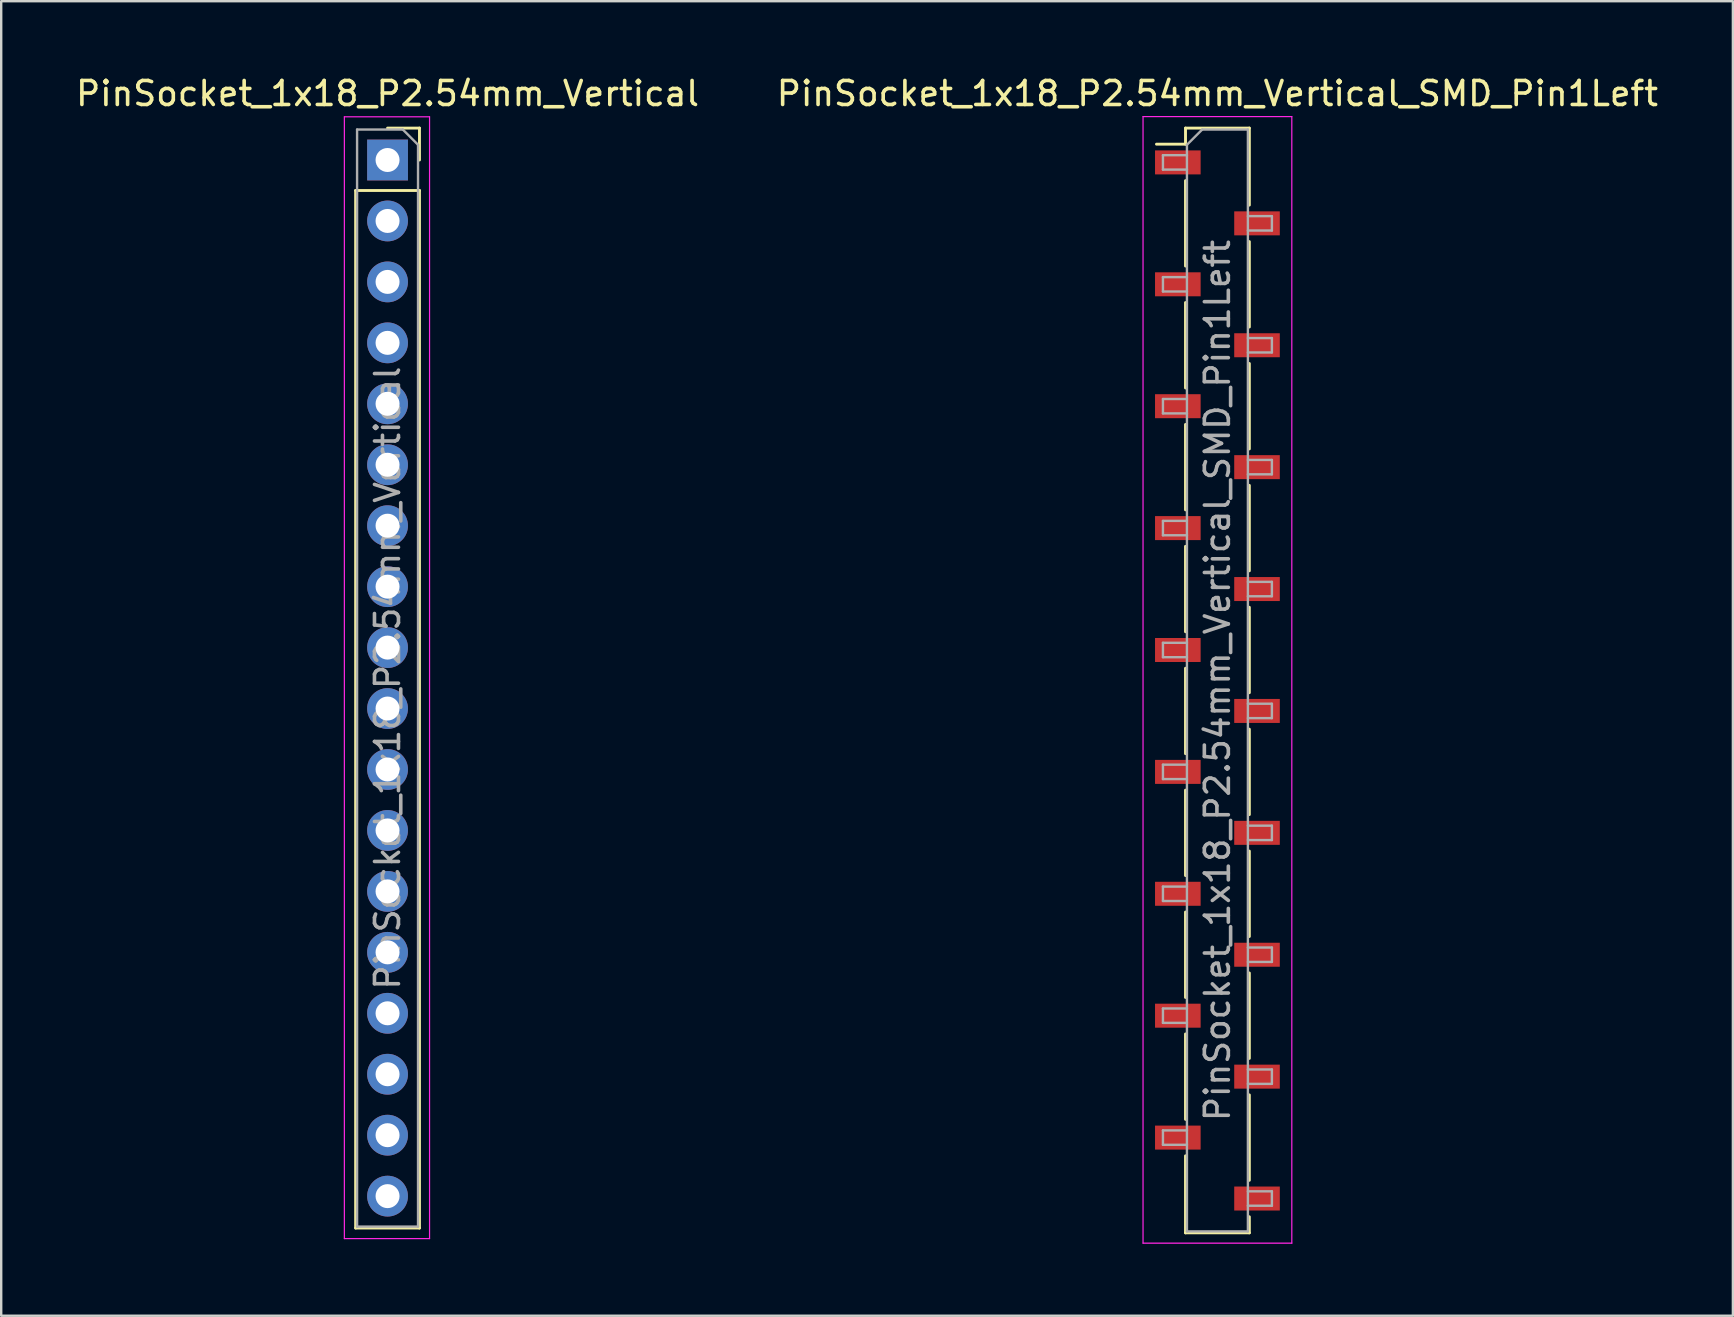
<source format=kicad_pcb>
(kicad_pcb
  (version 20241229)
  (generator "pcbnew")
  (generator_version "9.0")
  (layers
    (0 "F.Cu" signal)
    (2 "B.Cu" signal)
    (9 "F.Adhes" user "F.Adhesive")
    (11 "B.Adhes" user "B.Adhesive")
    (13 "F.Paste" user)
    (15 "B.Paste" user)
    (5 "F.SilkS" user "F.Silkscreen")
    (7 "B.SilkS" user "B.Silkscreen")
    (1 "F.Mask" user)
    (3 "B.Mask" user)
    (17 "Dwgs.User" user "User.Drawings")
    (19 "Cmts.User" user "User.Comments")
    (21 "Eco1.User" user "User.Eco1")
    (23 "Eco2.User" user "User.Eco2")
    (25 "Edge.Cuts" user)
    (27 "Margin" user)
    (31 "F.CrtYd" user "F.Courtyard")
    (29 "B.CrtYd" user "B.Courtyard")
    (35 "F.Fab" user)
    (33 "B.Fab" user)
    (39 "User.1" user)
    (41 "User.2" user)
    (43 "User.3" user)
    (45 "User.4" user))
  (footprint "PinSocket_1x18_P2.54mm_Vertical"
    (layer "F.Cu")
    (at 13.101 3.618)
    (property "Reference" "PinSocket_1x18_P2.54mm_Vertical" (at 0 -2.77 0) (layer "F.SilkS") (effects (font (size 1 1) (thickness 0.15))))
    (attr through_hole)
    (fp_line (start -1.33 1.27) (end -1.33 44.51) (stroke (width 0.12) (type solid)) (layer "F.SilkS"))
    (fp_line (start -1.33 1.27) (end 1.33 1.27) (stroke (width 0.12) (type solid)) (layer "F.SilkS"))
    (fp_line (start -1.33 44.51) (end 1.33 44.51) (stroke (width 0.12) (type solid)) (layer "F.SilkS"))
    (fp_line (start 0 -1.33) (end 1.33 -1.33) (stroke (width 0.12) (type solid)) (layer "F.SilkS"))
    (fp_line (start 1.33 -1.33) (end 1.33 0) (stroke (width 0.12) (type solid)) (layer "F.SilkS"))
    (fp_line (start 1.33 1.27) (end 1.33 44.51) (stroke (width 0.12) (type solid)) (layer "F.SilkS"))
    (fp_line (start -1.8 -1.8) (end 1.75 -1.8) (stroke (width 0.05) (type solid)) (layer "F.CrtYd"))
    (fp_line (start -1.8 44.95) (end -1.8 -1.8) (stroke (width 0.05) (type solid)) (layer "F.CrtYd"))
    (fp_line (start 1.75 -1.8) (end 1.75 44.95) (stroke (width 0.05) (type solid)) (layer "F.CrtYd"))
    (fp_line (start 1.75 44.95) (end -1.8 44.95) (stroke (width 0.05) (type solid)) (layer "F.CrtYd"))
    (fp_line (start -1.27 -1.27) (end 0.635 -1.27) (stroke (width 0.1) (type solid)) (layer "F.Fab"))
    (fp_line (start -1.27 44.45) (end -1.27 -1.27) (stroke (width 0.1) (type solid)) (layer "F.Fab"))
    (fp_line (start 0.635 -1.27) (end 1.27 -0.635) (stroke (width 0.1) (type solid)) (layer "F.Fab"))
    (fp_line (start 1.27 -0.635) (end 1.27 44.45) (stroke (width 0.1) (type solid)) (layer "F.Fab"))
    (fp_line (start 1.27 44.45) (end -1.27 44.45) (stroke (width 0.1) (type solid)) (layer "F.Fab"))
    (fp_text user "${REFERENCE}" (at 0 21.59 90) (layer "F.Fab") (effects (font (size 1 1) (thickness 0.15))))
    (pad "1" thru_hole rect (at 0 0) (size 1.7 1.7) (drill 1) (layers "*.Cu" "*.Mask"))
    (pad "2" thru_hole oval (at 0 2.54) (size 1.7 1.7) (drill 1) (layers "*.Cu" "*.Mask"))
    (pad "3" thru_hole oval (at 0 5.08) (size 1.7 1.7) (drill 1) (layers "*.Cu" "*.Mask"))
    (pad "4" thru_hole oval (at 0 7.62) (size 1.7 1.7) (drill 1) (layers "*.Cu" "*.Mask"))
    (pad "5" thru_hole oval (at 0 10.16) (size 1.7 1.7) (drill 1) (layers "*.Cu" "*.Mask"))
    (pad "6" thru_hole oval (at 0 12.7) (size 1.7 1.7) (drill 1) (layers "*.Cu" "*.Mask"))
    (pad "7" thru_hole oval (at 0 15.24) (size 1.7 1.7) (drill 1) (layers "*.Cu" "*.Mask"))
    (pad "8" thru_hole oval (at 0 17.78) (size 1.7 1.7) (drill 1) (layers "*.Cu" "*.Mask"))
    (pad "9" thru_hole oval (at 0 20.32) (size 1.7 1.7) (drill 1) (layers "*.Cu" "*.Mask"))
    (pad "10" thru_hole oval (at 0 22.86) (size 1.7 1.7) (drill 1) (layers "*.Cu" "*.Mask"))
    (pad "11" thru_hole oval (at 0 25.4) (size 1.7 1.7) (drill 1) (layers "*.Cu" "*.Mask"))
    (pad "12" thru_hole oval (at 0 27.94) (size 1.7 1.7) (drill 1) (layers "*.Cu" "*.Mask"))
    (pad "13" thru_hole oval (at 0 30.48) (size 1.7 1.7) (drill 1) (layers "*.Cu" "*.Mask"))
    (pad "14" thru_hole oval (at 0 33.02) (size 1.7 1.7) (drill 1) (layers "*.Cu" "*.Mask"))
    (pad "15" thru_hole oval (at 0 35.56) (size 1.7 1.7) (drill 1) (layers "*.Cu" "*.Mask"))
    (pad "16" thru_hole oval (at 0 38.1) (size 1.7 1.7) (drill 1) (layers "*.Cu" "*.Mask"))
    (pad "17" thru_hole oval (at 0 40.64) (size 1.7 1.7) (drill 1) (layers "*.Cu" "*.Mask"))
    (pad "18" thru_hole oval (at 0 43.18) (size 1.7 1.7) (drill 1) (layers "*.Cu" "*.Mask")))
  (footprint "PinSocket_1x18_P2.54mm_Vertical_SMD_Pin1Left"
    (layer "F.Cu")
    (at 47.685 25.308)
    (property "Reference" "PinSocket_1x18_P2.54mm_Vertical_SMD_Pin1Left" (at 0 -24.46 0) (layer "F.SilkS") (effects (font (size 1 1) (thickness 0.15))))
    (attr smd)
    (fp_line (start -2.54 -22.35) (end -1.33 -22.35) (stroke (width 0.12) (type solid)) (layer "F.SilkS"))
    (fp_line (start -1.33 -23.02) (end -1.33 -22.35) (stroke (width 0.12) (type solid)) (layer "F.SilkS"))
    (fp_line (start -1.33 -23.02) (end 1.33 -23.02) (stroke (width 0.12) (type solid)) (layer "F.SilkS"))
    (fp_line (start -1.33 -20.83) (end -1.33 -17.27) (stroke (width 0.12) (type solid)) (layer "F.SilkS"))
    (fp_line (start -1.33 -15.75) (end -1.33 -12.19) (stroke (width 0.12) (type solid)) (layer "F.SilkS"))
    (fp_line (start -1.33 -10.67) (end -1.33 -7.11) (stroke (width 0.12) (type solid)) (layer "F.SilkS"))
    (fp_line (start -1.33 -5.59) (end -1.33 -2.03) (stroke (width 0.12) (type solid)) (layer "F.SilkS"))
    (fp_line (start -1.33 -0.51) (end -1.33 3.05) (stroke (width 0.12) (type solid)) (layer "F.SilkS"))
    (fp_line (start -1.33 4.57) (end -1.33 8.13) (stroke (width 0.12) (type solid)) (layer "F.SilkS"))
    (fp_line (start -1.33 9.65) (end -1.33 13.21) (stroke (width 0.12) (type solid)) (layer "F.SilkS"))
    (fp_line (start -1.33 14.73) (end -1.33 18.29) (stroke (width 0.12) (type solid)) (layer "F.SilkS"))
    (fp_line (start -1.33 19.81) (end -1.33 23.02) (stroke (width 0.12) (type solid)) (layer "F.SilkS"))
    (fp_line (start -1.33 23.02) (end 1.33 23.02) (stroke (width 0.12) (type solid)) (layer "F.SilkS"))
    (fp_line (start 1.33 -23.02) (end 1.33 -19.81) (stroke (width 0.12) (type solid)) (layer "F.SilkS"))
    (fp_line (start 1.33 -18.29) (end 1.33 -14.73) (stroke (width 0.12) (type solid)) (layer "F.SilkS"))
    (fp_line (start 1.33 -13.21) (end 1.33 -9.65) (stroke (width 0.12) (type solid)) (layer "F.SilkS"))
    (fp_line (start 1.33 -8.13) (end 1.33 -4.57) (stroke (width 0.12) (type solid)) (layer "F.SilkS"))
    (fp_line (start 1.33 -3.05) (end 1.33 0.51) (stroke (width 0.12) (type solid)) (layer "F.SilkS"))
    (fp_line (start 1.33 2.03) (end 1.33 5.59) (stroke (width 0.12) (type solid)) (layer "F.SilkS"))
    (fp_line (start 1.33 7.11) (end 1.33 10.67) (stroke (width 0.12) (type solid)) (layer "F.SilkS"))
    (fp_line (start 1.33 12.19) (end 1.33 15.75) (stroke (width 0.12) (type solid)) (layer "F.SilkS"))
    (fp_line (start 1.33 17.27) (end 1.33 20.83) (stroke (width 0.12) (type solid)) (layer "F.SilkS"))
    (fp_line (start 1.33 22.35) (end 1.33 23.02) (stroke (width 0.12) (type solid)) (layer "F.SilkS"))
    (fp_line (start -3.1 -23.5) (end 3.1 -23.5) (stroke (width 0.05) (type solid)) (layer "F.CrtYd"))
    (fp_line (start -3.1 23.45) (end -3.1 -23.5) (stroke (width 0.05) (type solid)) (layer "F.CrtYd"))
    (fp_line (start 3.1 -23.5) (end 3.1 23.45) (stroke (width 0.05) (type solid)) (layer "F.CrtYd"))
    (fp_line (start 3.1 23.45) (end -3.1 23.45) (stroke (width 0.05) (type solid)) (layer "F.CrtYd"))
    (fp_line (start -2.27 -21.89) (end -1.27 -21.89) (stroke (width 0.1) (type solid)) (layer "F.Fab"))
    (fp_line (start -2.27 -21.29) (end -2.27 -21.89) (stroke (width 0.1) (type solid)) (layer "F.Fab"))
    (fp_line (start -2.27 -16.81) (end -1.27 -16.81) (stroke (width 0.1) (type solid)) (layer "F.Fab"))
    (fp_line (start -2.27 -16.21) (end -2.27 -16.81) (stroke (width 0.1) (type solid)) (layer "F.Fab"))
    (fp_line (start -2.27 -11.73) (end -1.27 -11.73) (stroke (width 0.1) (type solid)) (layer "F.Fab"))
    (fp_line (start -2.27 -11.13) (end -2.27 -11.73) (stroke (width 0.1) (type solid)) (layer "F.Fab"))
    (fp_line (start -2.27 -6.65) (end -1.27 -6.65) (stroke (width 0.1) (type solid)) (layer "F.Fab"))
    (fp_line (start -2.27 -6.05) (end -2.27 -6.65) (stroke (width 0.1) (type solid)) (layer "F.Fab"))
    (fp_line (start -2.27 -1.57) (end -1.27 -1.57) (stroke (width 0.1) (type solid)) (layer "F.Fab"))
    (fp_line (start -2.27 -0.97) (end -2.27 -1.57) (stroke (width 0.1) (type solid)) (layer "F.Fab"))
    (fp_line (start -2.27 3.51) (end -1.27 3.51) (stroke (width 0.1) (type solid)) (layer "F.Fab"))
    (fp_line (start -2.27 4.11) (end -2.27 3.51) (stroke (width 0.1) (type solid)) (layer "F.Fab"))
    (fp_line (start -2.27 8.59) (end -1.27 8.59) (stroke (width 0.1) (type solid)) (layer "F.Fab"))
    (fp_line (start -2.27 9.19) (end -2.27 8.59) (stroke (width 0.1) (type solid)) (layer "F.Fab"))
    (fp_line (start -2.27 13.67) (end -1.27 13.67) (stroke (width 0.1) (type solid)) (layer "F.Fab"))
    (fp_line (start -2.27 14.27) (end -2.27 13.67) (stroke (width 0.1) (type solid)) (layer "F.Fab"))
    (fp_line (start -2.27 18.75) (end -1.27 18.75) (stroke (width 0.1) (type solid)) (layer "F.Fab"))
    (fp_line (start -2.27 19.35) (end -2.27 18.75) (stroke (width 0.1) (type solid)) (layer "F.Fab"))
    (fp_line (start -1.27 -22.325) (end -0.635 -22.96) (stroke (width 0.1) (type solid)) (layer "F.Fab"))
    (fp_line (start -1.27 -21.29) (end -2.27 -21.29) (stroke (width 0.1) (type solid)) (layer "F.Fab"))
    (fp_line (start -1.27 -16.21) (end -2.27 -16.21) (stroke (width 0.1) (type solid)) (layer "F.Fab"))
    (fp_line (start -1.27 -11.13) (end -2.27 -11.13) (stroke (width 0.1) (type solid)) (layer "F.Fab"))
    (fp_line (start -1.27 -6.05) (end -2.27 -6.05) (stroke (width 0.1) (type solid)) (layer "F.Fab"))
    (fp_line (start -1.27 -0.97) (end -2.27 -0.97) (stroke (width 0.1) (type solid)) (layer "F.Fab"))
    (fp_line (start -1.27 4.11) (end -2.27 4.11) (stroke (width 0.1) (type solid)) (layer "F.Fab"))
    (fp_line (start -1.27 9.19) (end -2.27 9.19) (stroke (width 0.1) (type solid)) (layer "F.Fab"))
    (fp_line (start -1.27 14.27) (end -2.27 14.27) (stroke (width 0.1) (type solid)) (layer "F.Fab"))
    (fp_line (start -1.27 19.35) (end -2.27 19.35) (stroke (width 0.1) (type solid)) (layer "F.Fab"))
    (fp_line (start -1.27 22.96) (end -1.27 -22.325) (stroke (width 0.1) (type solid)) (layer "F.Fab"))
    (fp_line (start -0.635 -22.96) (end 1.27 -22.96) (stroke (width 0.1) (type solid)) (layer "F.Fab"))
    (fp_line (start 1.27 -22.96) (end 1.27 22.96) (stroke (width 0.1) (type solid)) (layer "F.Fab"))
    (fp_line (start 1.27 -19.35) (end 2.27 -19.35) (stroke (width 0.1) (type solid)) (layer "F.Fab"))
    (fp_line (start 1.27 -14.27) (end 2.27 -14.27) (stroke (width 0.1) (type solid)) (layer "F.Fab"))
    (fp_line (start 1.27 -9.19) (end 2.27 -9.19) (stroke (width 0.1) (type solid)) (layer "F.Fab"))
    (fp_line (start 1.27 -4.11) (end 2.27 -4.11) (stroke (width 0.1) (type solid)) (layer "F.Fab"))
    (fp_line (start 1.27 0.97) (end 2.27 0.97) (stroke (width 0.1) (type solid)) (layer "F.Fab"))
    (fp_line (start 1.27 6.05) (end 2.27 6.05) (stroke (width 0.1) (type solid)) (layer "F.Fab"))
    (fp_line (start 1.27 11.13) (end 2.27 11.13) (stroke (width 0.1) (type solid)) (layer "F.Fab"))
    (fp_line (start 1.27 16.21) (end 2.27 16.21) (stroke (width 0.1) (type solid)) (layer "F.Fab"))
    (fp_line (start 1.27 21.29) (end 2.27 21.29) (stroke (width 0.1) (type solid)) (layer "F.Fab"))
    (fp_line (start 1.27 22.96) (end -1.27 22.96) (stroke (width 0.1) (type solid)) (layer "F.Fab"))
    (fp_line (start 2.27 -19.35) (end 2.27 -18.75) (stroke (width 0.1) (type solid)) (layer "F.Fab"))
    (fp_line (start 2.27 -18.75) (end 1.27 -18.75) (stroke (width 0.1) (type solid)) (layer "F.Fab"))
    (fp_line (start 2.27 -14.27) (end 2.27 -13.67) (stroke (width 0.1) (type solid)) (layer "F.Fab"))
    (fp_line (start 2.27 -13.67) (end 1.27 -13.67) (stroke (width 0.1) (type solid)) (layer "F.Fab"))
    (fp_line (start 2.27 -9.19) (end 2.27 -8.59) (stroke (width 0.1) (type solid)) (layer "F.Fab"))
    (fp_line (start 2.27 -8.59) (end 1.27 -8.59) (stroke (width 0.1) (type solid)) (layer "F.Fab"))
    (fp_line (start 2.27 -4.11) (end 2.27 -3.51) (stroke (width 0.1) (type solid)) (layer "F.Fab"))
    (fp_line (start 2.27 -3.51) (end 1.27 -3.51) (stroke (width 0.1) (type solid)) (layer "F.Fab"))
    (fp_line (start 2.27 0.97) (end 2.27 1.57) (stroke (width 0.1) (type solid)) (layer "F.Fab"))
    (fp_line (start 2.27 1.57) (end 1.27 1.57) (stroke (width 0.1) (type solid)) (layer "F.Fab"))
    (fp_line (start 2.27 6.05) (end 2.27 6.65) (stroke (width 0.1) (type solid)) (layer "F.Fab"))
    (fp_line (start 2.27 6.65) (end 1.27 6.65) (stroke (width 0.1) (type solid)) (layer "F.Fab"))
    (fp_line (start 2.27 11.13) (end 2.27 11.73) (stroke (width 0.1) (type solid)) (layer "F.Fab"))
    (fp_line (start 2.27 11.73) (end 1.27 11.73) (stroke (width 0.1) (type solid)) (layer "F.Fab"))
    (fp_line (start 2.27 16.21) (end 2.27 16.81) (stroke (width 0.1) (type solid)) (layer "F.Fab"))
    (fp_line (start 2.27 16.81) (end 1.27 16.81) (stroke (width 0.1) (type solid)) (layer "F.Fab"))
    (fp_line (start 2.27 21.29) (end 2.27 21.89) (stroke (width 0.1) (type solid)) (layer "F.Fab"))
    (fp_line (start 2.27 21.89) (end 1.27 21.89) (stroke (width 0.1) (type solid)) (layer "F.Fab"))
    (fp_text user "${REFERENCE}" (at 0 0 90) (layer "F.Fab") (effects (font (size 1 1) (thickness 0.15))))
    (pad "1" smd rect (at -1.65 -21.59) (size 1.9 1) (layers "F.Cu" "F.Mask" "F.Paste"))
    (pad "2" smd rect (at 1.65 -19.05) (size 1.9 1) (layers "F.Cu" "F.Mask" "F.Paste"))
    (pad "3" smd rect (at -1.65 -16.51) (size 1.9 1) (layers "F.Cu" "F.Mask" "F.Paste"))
    (pad "4" smd rect (at 1.65 -13.97) (size 1.9 1) (layers "F.Cu" "F.Mask" "F.Paste"))
    (pad "5" smd rect (at -1.65 -11.43) (size 1.9 1) (layers "F.Cu" "F.Mask" "F.Paste"))
    (pad "6" smd rect (at 1.65 -8.89) (size 1.9 1) (layers "F.Cu" "F.Mask" "F.Paste"))
    (pad "7" smd rect (at -1.65 -6.35) (size 1.9 1) (layers "F.Cu" "F.Mask" "F.Paste"))
    (pad "8" smd rect (at 1.65 -3.81) (size 1.9 1) (layers "F.Cu" "F.Mask" "F.Paste"))
    (pad "9" smd rect (at -1.65 -1.27) (size 1.9 1) (layers "F.Cu" "F.Mask" "F.Paste"))
    (pad "10" smd rect (at 1.65 1.27) (size 1.9 1) (layers "F.Cu" "F.Mask" "F.Paste"))
    (pad "11" smd rect (at -1.65 3.81) (size 1.9 1) (layers "F.Cu" "F.Mask" "F.Paste"))
    (pad "12" smd rect (at 1.65 6.35) (size 1.9 1) (layers "F.Cu" "F.Mask" "F.Paste"))
    (pad "13" smd rect (at -1.65 8.89) (size 1.9 1) (layers "F.Cu" "F.Mask" "F.Paste"))
    (pad "14" smd rect (at 1.65 11.43) (size 1.9 1) (layers "F.Cu" "F.Mask" "F.Paste"))
    (pad "15" smd rect (at -1.65 13.97) (size 1.9 1) (layers "F.Cu" "F.Mask" "F.Paste"))
    (pad "16" smd rect (at 1.65 16.51) (size 1.9 1) (layers "F.Cu" "F.Mask" "F.Paste"))
    (pad "17" smd rect (at -1.65 19.05) (size 1.9 1) (layers "F.Cu" "F.Mask" "F.Paste"))
    (pad "18" smd rect (at 1.65 21.59) (size 1.9 1) (layers "F.Cu" "F.Mask" "F.Paste")))
  (gr_rect
    (start -3 -3)
    (end 69.167 51.783)
    (stroke (width 0.1) (type default))
    (fill no)
    (layer "Edge.Cuts")))
</source>
